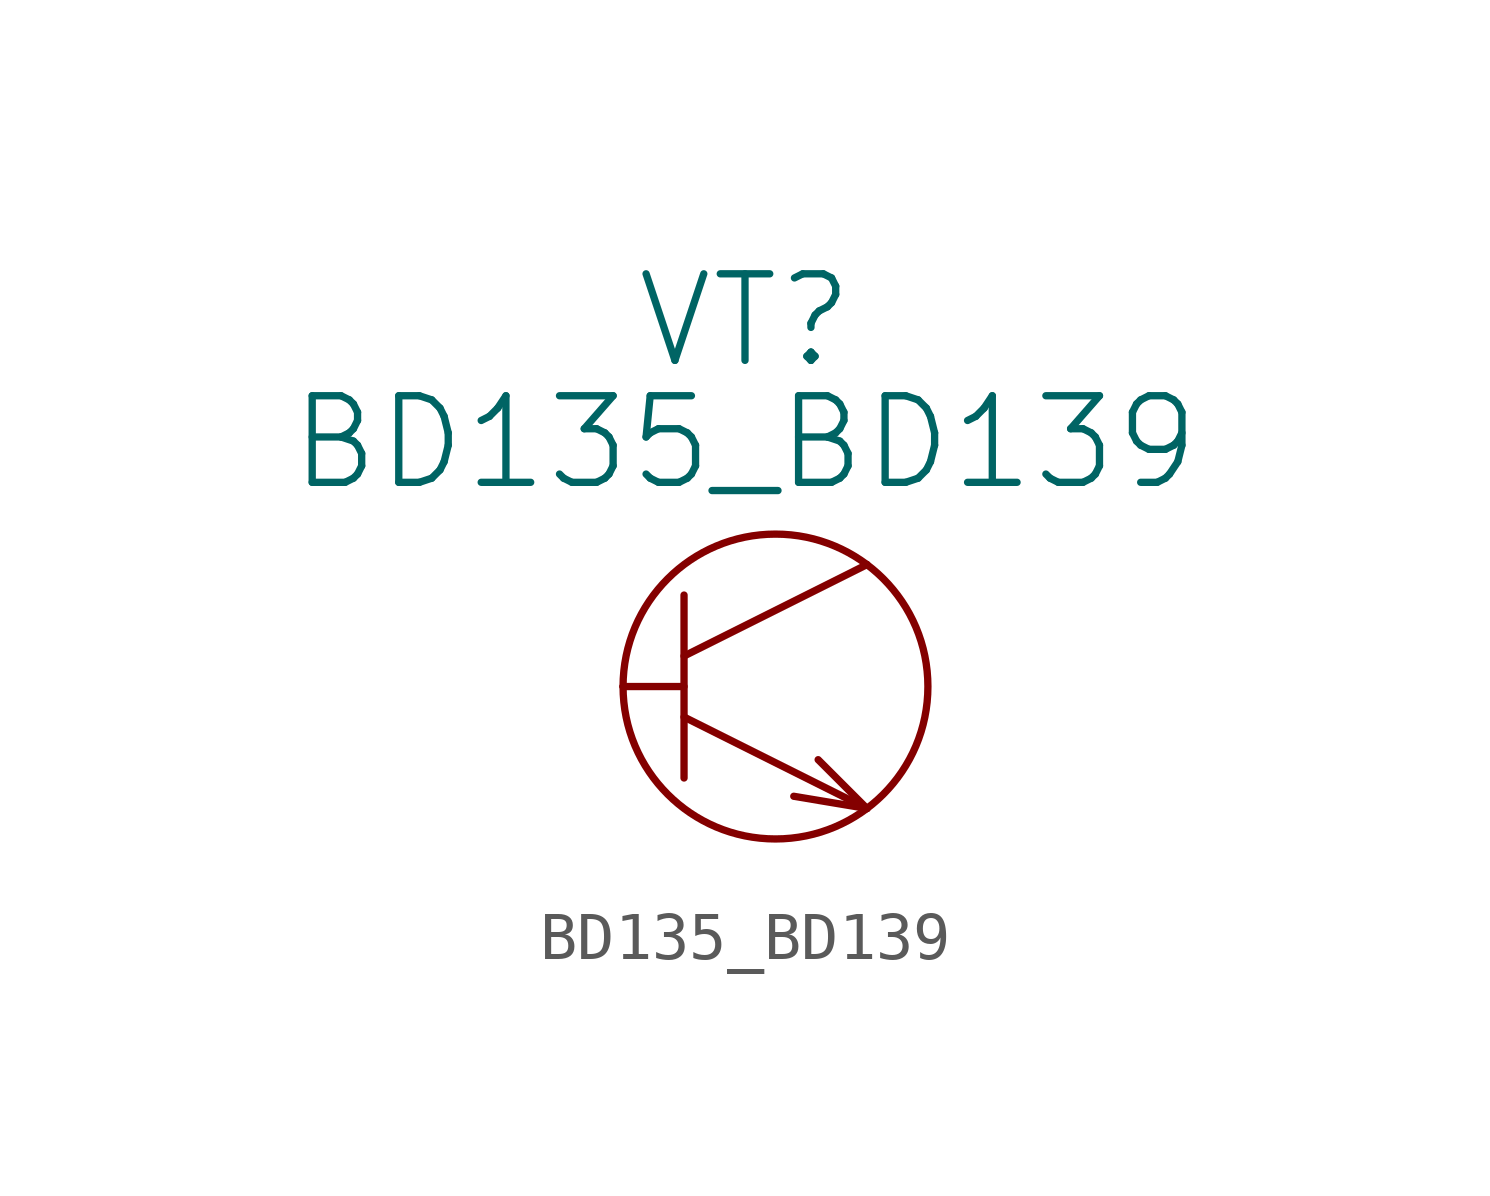
<source format=kicad_sym>
(kicad_symbol_lib
  (version 20211014)
  (generator kicad_symbol_editor)
  (symbol "BD135_BD139"
    (pin_numbers hide)
    (pin_names
      (offset 0))
    (property "Reference" "VT"
      (at 2.54 7.62 0)
      (effects (font (size 1.803 1.803))))
    (property "Value" "BD135_BD139"
      (at 2.54 5.08 0)
      (effects (font (size 1.803 1.803))))
    (property "Footprint" ""
      (at 0 0 0)
      (effects (font (size 1.524 1.524))))
    (property "Datasheet" ""
      (at 0 0 0)
      (effects (font (size 1.524 1.524))))
    (symbol "BD135_BD139_0_1"
      (polyline (pts (xy 1.27 0) (xy 0 0)) (stroke (width 0) (type default) (color 0 0 0 0)) (fill (type none)))
      (polyline (pts (xy 1.27 0.635) (xy 5.08 2.54)) (stroke (width 0) (type default) (color 0 0 0 0)) (fill (type none)))
      (polyline (pts (xy 1.27 1.905) (xy 1.27 -1.905)) (stroke (width 0) (type default) (color 0 0 0 0)) (fill (type none)))
      (polyline (pts (xy 5.08 -2.54) (xy 1.27 -0.635)) (stroke (width 0) (type default) (color 0 0 0 0)) (fill (type none)))
      (polyline (pts (xy 5.08 -2.54) (xy 3.556 -2.286)) (stroke (width 0) (type default) (color 0 0 0 0)) (fill (type none)))
      (polyline (pts (xy 5.08 -2.54) (xy 4.064 -1.524)) (stroke (width 0) (type default) (color 0 0 0 0)) (fill (type none)))
      (circle (center 3.175 0) (radius 3.175) (stroke (width 0) (type default) (color 0 0 0 0)) (fill (type none))))
    (symbol "BD135_BD139_1_1"
      (pin input line (at 0 0 0) (length 0) (name "~" (effects (font (size 1.27 1.27)))) (number "1" (effects (font (size 1.27 1.27)))))
      (pin input line (at 5.08 2.54 180) (length 0) (name "~" (effects (font (size 1.27 1.27)))) (number "2" (effects (font (size 1.27 1.27)))))
      (pin output line (at 5.08 -2.54 180) (length 0) (name "~" (effects (font (size 1.27 1.27)))) (number "3" (effects (font (size 1.27 1.27))))))))
</source>
